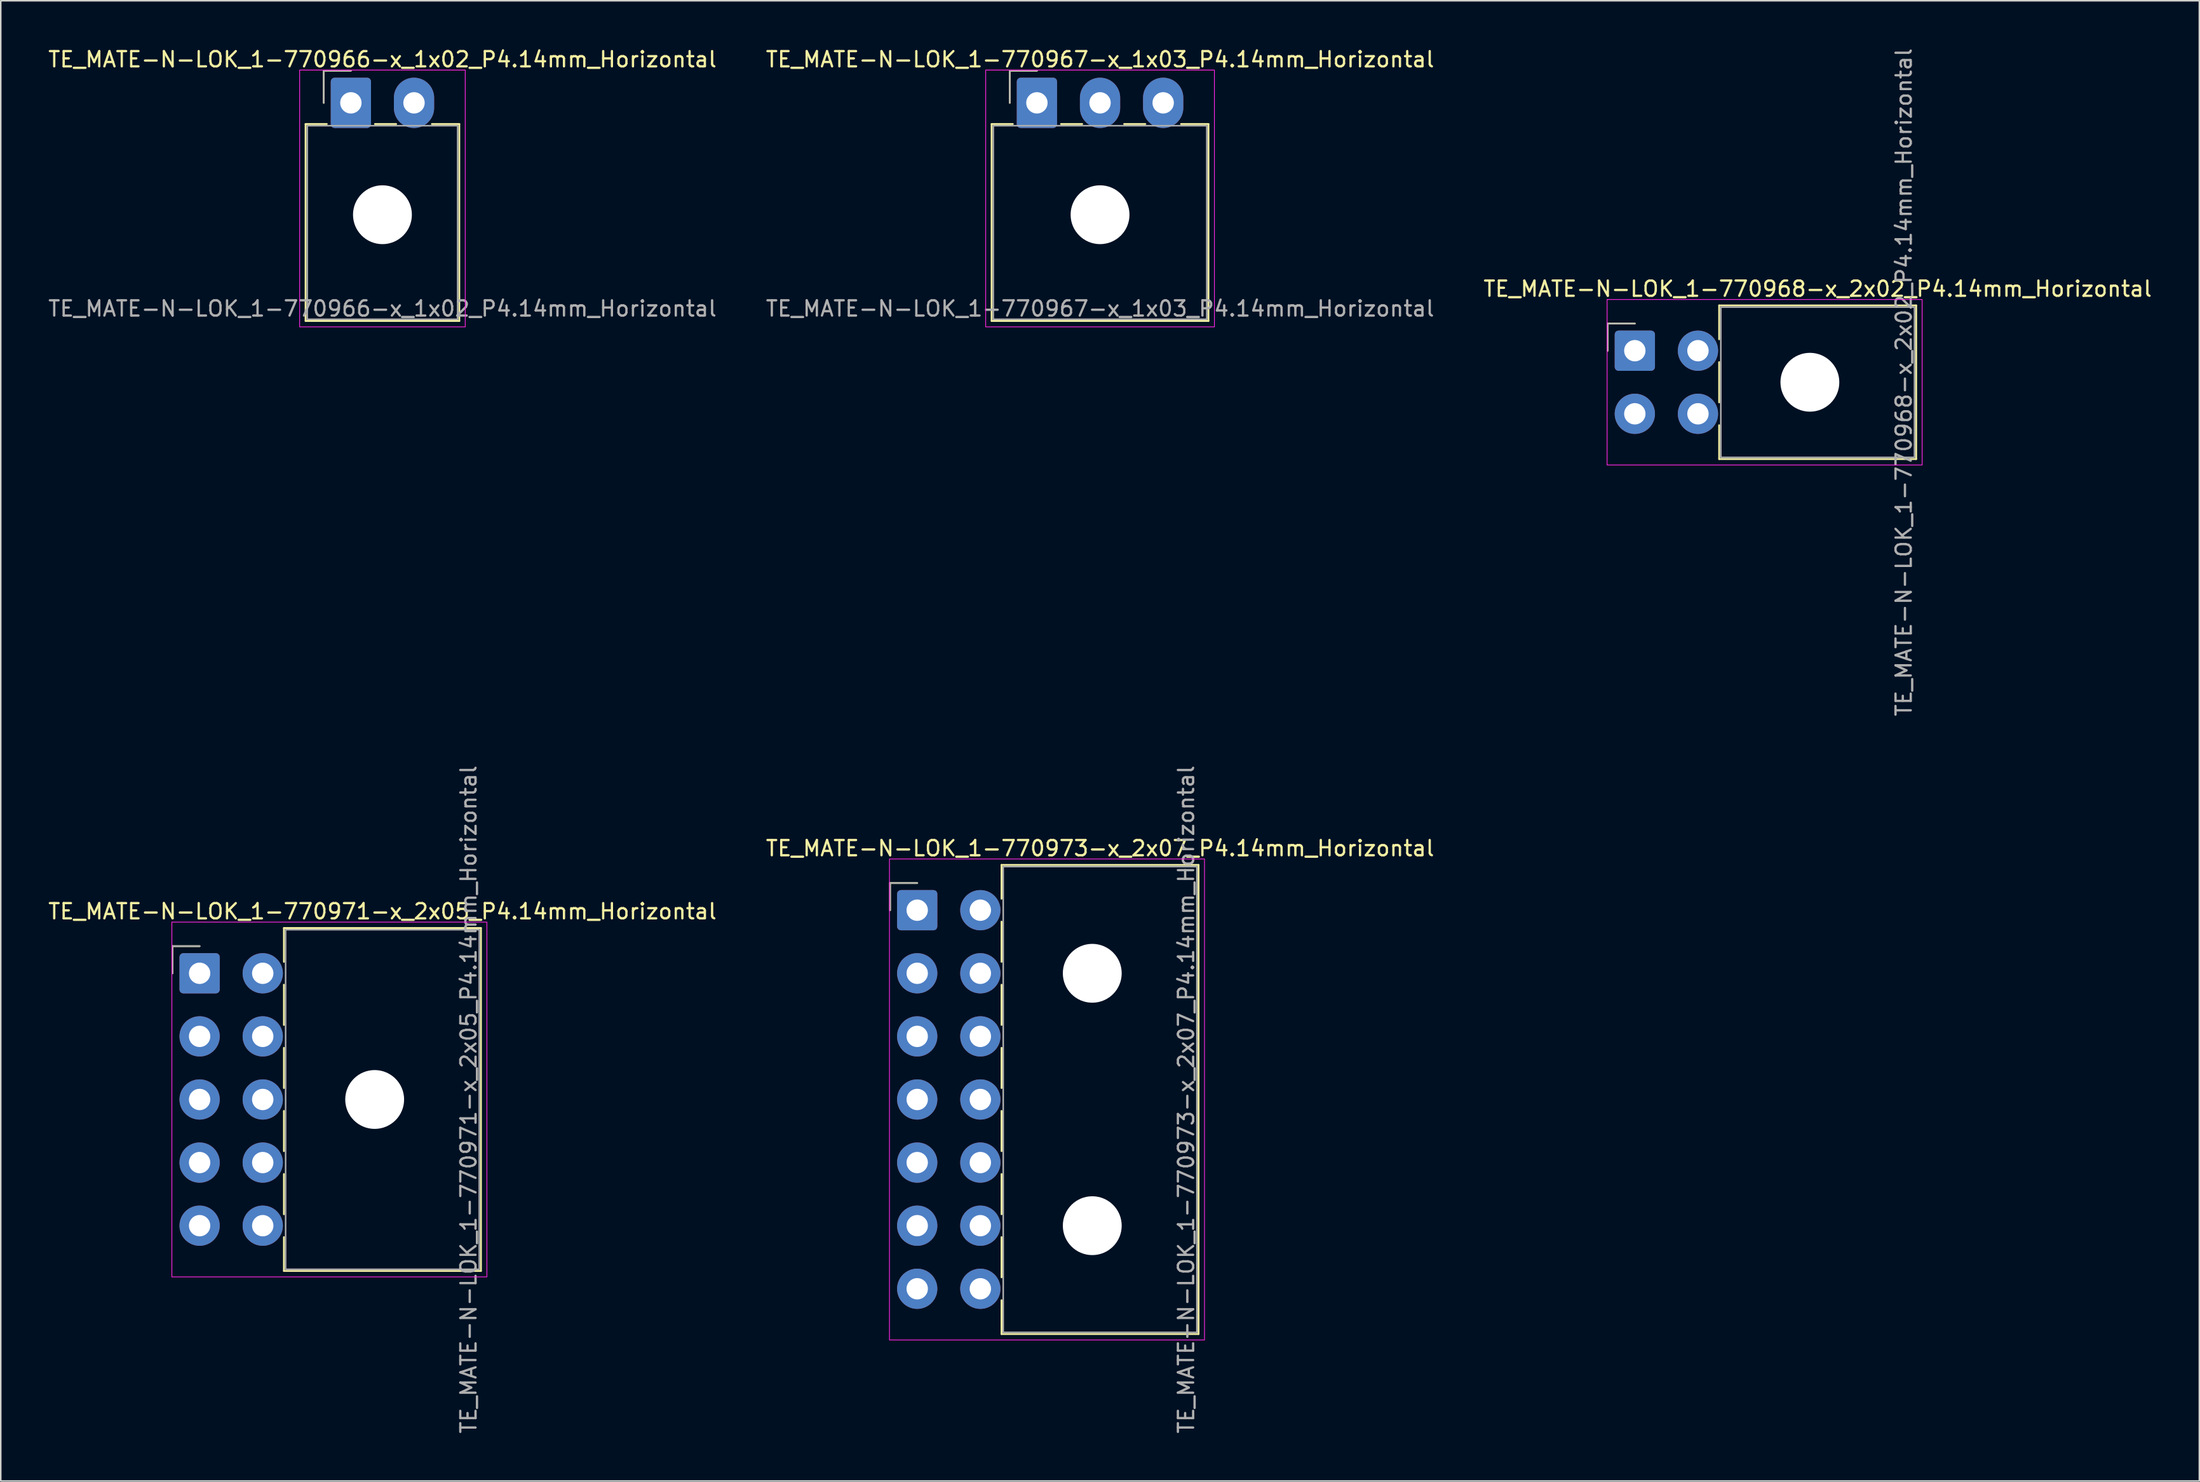
<source format=kicad_pcb>
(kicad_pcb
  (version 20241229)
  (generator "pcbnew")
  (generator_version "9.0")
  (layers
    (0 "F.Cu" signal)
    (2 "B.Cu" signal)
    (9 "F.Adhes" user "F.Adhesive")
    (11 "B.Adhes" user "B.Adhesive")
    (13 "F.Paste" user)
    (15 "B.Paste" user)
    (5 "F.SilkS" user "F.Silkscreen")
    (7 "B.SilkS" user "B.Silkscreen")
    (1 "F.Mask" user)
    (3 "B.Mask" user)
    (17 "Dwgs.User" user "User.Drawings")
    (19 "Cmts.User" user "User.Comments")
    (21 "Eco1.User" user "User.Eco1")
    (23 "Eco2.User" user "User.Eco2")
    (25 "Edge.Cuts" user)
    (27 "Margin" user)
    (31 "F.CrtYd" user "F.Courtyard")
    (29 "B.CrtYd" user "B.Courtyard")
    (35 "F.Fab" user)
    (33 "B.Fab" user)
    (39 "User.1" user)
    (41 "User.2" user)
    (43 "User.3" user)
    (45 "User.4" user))
  (footprint "TE_MATE-N-LOK_1-770966-x_1x02_P4.14mm_Horizontal"
    (layer "F.Cu")
    (at 19.96 3.698)
    (property "Reference" "TE_MATE-N-LOK_1-770966-x_1x02_P4.14mm_Horizontal" (at 2.07 -2.85 0) (layer "F.SilkS") (effects (font (size 1 1) (thickness 0.15))))
    (attr through_hole)
    (fp_line (start -2.97 1.39) (end -2.97 14.31) (stroke (width 0.12) (type solid)) (layer "F.SilkS"))
    (fp_line (start -2.97 14.31) (end 7.11 14.31) (stroke (width 0.12) (type solid)) (layer "F.SilkS"))
    (fp_line (start -1.78 -2.11) (end -1.78 0) (stroke (width 0.12) (type solid)) (layer "F.SilkS"))
    (fp_line (start -1.58 1.39) (end -2.97 1.39) (stroke (width 0.12) (type solid)) (layer "F.SilkS"))
    (fp_line (start 0 -2.11) (end -1.78 -2.11) (stroke (width 0.12) (type solid)) (layer "F.SilkS"))
    (fp_line (start 1.58 1.39) (end 2.968 1.39) (stroke (width 0.12) (type solid)) (layer "F.SilkS"))
    (fp_line (start 7.11 1.39) (end 5.312 1.39) (stroke (width 0.12) (type solid)) (layer "F.SilkS"))
    (fp_line (start 7.11 14.31) (end 7.11 1.39) (stroke (width 0.12) (type solid)) (layer "F.SilkS"))
    (fp_rect (start -3.36 -2.15) (end 7.5 14.7) (stroke (width 0.05) (type solid)) (fill no) (layer "F.CrtYd"))
    (fp_line (start -1.78 -2.11) (end -1.78 0) (stroke (width 0.1) (type solid)) (layer "F.Fab"))
    (fp_line (start 0 -2.11) (end -1.78 -2.11) (stroke (width 0.1) (type solid)) (layer "F.Fab"))
    (fp_rect (start -2.86 1.5) (end 7 14.2) (stroke (width 0.1) (type solid)) (fill no) (layer "F.Fab"))
    (fp_text user "${REFERENCE}" (at 2.07 13.5 0) (layer "F.Fab") (effects (font (size 1 1) (thickness 0.15))))
    (pad "" np_thru_hole circle (at 2.07 7.34) (size 3.86 3.86) (drill 3.86) (layers "*.Cu" "*.Mask"))
    (pad "1" thru_hole roundrect (at 0 0) (size 2.64 3.3) (drill 1.4) (layers "*.Cu" "*.Mask") (roundrect_rratio 0.095))
    (pad "2" thru_hole oval (at 4.14 0) (size 2.64 3.3) (drill 1.4) (layers "*.Cu" "*.Mask")))
  (footprint "TE_MATE-N-LOK_1-770973-x_2x07_P4.14mm_Horizontal"
    (layer "F.Cu")
    (at 57.099 56.669)
    (property "Reference" "TE_MATE-N-LOK_1-770973-x_2x07_P4.14mm_Horizontal" (at 11.99 -4.06 0) (layer "F.SilkS") (effects (font (size 1 1) (thickness 0.15))))
    (attr through_hole)
    (fp_line (start -1.78 -1.78) (end -1.78 0) (stroke (width 0.12) (type solid)) (layer "F.SilkS"))
    (fp_line (start 0 -1.78) (end -1.78 -1.78) (stroke (width 0.12) (type solid)) (layer "F.SilkS"))
    (fp_line (start 5.53 -2.97) (end 18.45 -2.97) (stroke (width 0.12) (type solid)) (layer "F.SilkS"))
    (fp_line (start 5.53 -0.751) (end 5.53 -2.97) (stroke (width 0.12) (type solid)) (layer "F.SilkS"))
    (fp_line (start 5.53 0.751) (end 5.53 3.389) (stroke (width 0.12) (type solid)) (layer "F.SilkS"))
    (fp_line (start 5.53 4.891) (end 5.53 7.529) (stroke (width 0.12) (type solid)) (layer "F.SilkS"))
    (fp_line (start 5.53 9.031) (end 5.53 11.669) (stroke (width 0.12) (type solid)) (layer "F.SilkS"))
    (fp_line (start 5.53 13.171) (end 5.53 15.809) (stroke (width 0.12) (type solid)) (layer "F.SilkS"))
    (fp_line (start 5.53 17.311) (end 5.53 19.949) (stroke (width 0.12) (type solid)) (layer "F.SilkS"))
    (fp_line (start 5.53 21.451) (end 5.53 24.089) (stroke (width 0.12) (type solid)) (layer "F.SilkS"))
    (fp_line (start 5.53 27.81) (end 5.53 25.591) (stroke (width 0.12) (type solid)) (layer "F.SilkS"))
    (fp_line (start 18.45 -2.97) (end 18.45 27.81) (stroke (width 0.12) (type solid)) (layer "F.SilkS"))
    (fp_line (start 18.45 27.81) (end 5.53 27.81) (stroke (width 0.12) (type solid)) (layer "F.SilkS"))
    (fp_rect (start -1.82 -3.36) (end 18.84 28.2) (stroke (width 0.05) (type solid)) (fill no) (layer "F.CrtYd"))
    (fp_line (start -1.78 -1.78) (end -1.78 0) (stroke (width 0.1) (type solid)) (layer "F.Fab"))
    (fp_line (start 0 -1.78) (end -1.78 -1.78) (stroke (width 0.1) (type solid)) (layer "F.Fab"))
    (fp_rect (start 5.64 -2.86) (end 18.34 27.7) (stroke (width 0.1) (type solid)) (fill no) (layer "F.Fab"))
    (fp_text user "${REFERENCE}" (at 17.64 12.42 90) (layer "F.Fab") (effects (font (size 1 1) (thickness 0.15))))
    (pad "" np_thru_hole circle (at 11.48 4.14) (size 3.86 3.86) (drill 3.86) (layers "*.Cu" "*.Mask"))
    (pad "" np_thru_hole circle (at 11.48 20.7) (size 3.86 3.86) (drill 3.86) (layers "*.Cu" "*.Mask"))
    (pad "1" thru_hole roundrect (at 0 0) (size 2.64 2.64) (drill 1.4) (layers "*.Cu" "*.Mask") (roundrect_rratio 0.095))
    (pad "2" thru_hole circle (at 0 4.14) (size 2.64 2.64) (drill 1.4) (layers "*.Cu" "*.Mask"))
    (pad "3" thru_hole circle (at 0 8.28) (size 2.64 2.64) (drill 1.4) (layers "*.Cu" "*.Mask"))
    (pad "4" thru_hole circle (at 0 12.42) (size 2.64 2.64) (drill 1.4) (layers "*.Cu" "*.Mask"))
    (pad "5" thru_hole circle (at 0 16.56) (size 2.64 2.64) (drill 1.4) (layers "*.Cu" "*.Mask"))
    (pad "6" thru_hole circle (at 0 20.7) (size 2.64 2.64) (drill 1.4) (layers "*.Cu" "*.Mask"))
    (pad "7" thru_hole circle (at 0 24.84) (size 2.64 2.64) (drill 1.4) (layers "*.Cu" "*.Mask"))
    (pad "8" thru_hole circle (at 4.14 0) (size 2.64 2.64) (drill 1.4) (layers "*.Cu" "*.Mask"))
    (pad "9" thru_hole circle (at 4.14 4.14) (size 2.64 2.64) (drill 1.4) (layers "*.Cu" "*.Mask"))
    (pad "10" thru_hole circle (at 4.14 8.28) (size 2.64 2.64) (drill 1.4) (layers "*.Cu" "*.Mask"))
    (pad "11" thru_hole circle (at 4.14 12.42) (size 2.64 2.64) (drill 1.4) (layers "*.Cu" "*.Mask"))
    (pad "12" thru_hole circle (at 4.14 16.56) (size 2.64 2.64) (drill 1.4) (layers "*.Cu" "*.Mask"))
    (pad "13" thru_hole circle (at 4.14 20.7) (size 2.64 2.64) (drill 1.4) (layers "*.Cu" "*.Mask"))
    (pad "14" thru_hole circle (at 4.14 24.84) (size 2.64 2.64) (drill 1.4) (layers "*.Cu" "*.Mask")))
  (footprint "TE_MATE-N-LOK_1-770968-x_2x02_P4.14mm_Horizontal"
    (layer "F.Cu")
    (at 104.159 19.96)
    (property "Reference" "TE_MATE-N-LOK_1-770968-x_2x02_P4.14mm_Horizontal" (at 11.99 -4.06 0) (layer "F.SilkS") (effects (font (size 1 1) (thickness 0.15))))
    (attr through_hole)
    (fp_line (start -1.78 -1.78) (end -1.78 0) (stroke (width 0.12) (type solid)) (layer "F.SilkS"))
    (fp_line (start 0 -1.78) (end -1.78 -1.78) (stroke (width 0.12) (type solid)) (layer "F.SilkS"))
    (fp_line (start 5.53 -2.97) (end 18.45 -2.97) (stroke (width 0.12) (type solid)) (layer "F.SilkS"))
    (fp_line (start 5.53 -0.751) (end 5.53 -2.97) (stroke (width 0.12) (type solid)) (layer "F.SilkS"))
    (fp_line (start 5.53 0.751) (end 5.53 3.389) (stroke (width 0.12) (type solid)) (layer "F.SilkS"))
    (fp_line (start 5.53 7.11) (end 5.53 4.891) (stroke (width 0.12) (type solid)) (layer "F.SilkS"))
    (fp_line (start 18.45 -2.97) (end 18.45 7.11) (stroke (width 0.12) (type solid)) (layer "F.SilkS"))
    (fp_line (start 18.45 7.11) (end 5.53 7.11) (stroke (width 0.12) (type solid)) (layer "F.SilkS"))
    (fp_rect (start -1.82 -3.36) (end 18.84 7.5) (stroke (width 0.05) (type solid)) (fill no) (layer "F.CrtYd"))
    (fp_line (start -1.78 -1.78) (end -1.78 0) (stroke (width 0.1) (type solid)) (layer "F.Fab"))
    (fp_line (start 0 -1.78) (end -1.78 -1.78) (stroke (width 0.1) (type solid)) (layer "F.Fab"))
    (fp_rect (start 5.64 -2.86) (end 18.34 7) (stroke (width 0.1) (type solid)) (fill no) (layer "F.Fab"))
    (fp_text user "${REFERENCE}" (at 17.64 2.07 90) (layer "F.Fab") (effects (font (size 1 1) (thickness 0.15))))
    (pad "" np_thru_hole circle (at 11.48 2.07) (size 3.86 3.86) (drill 3.86) (layers "*.Cu" "*.Mask"))
    (pad "1" thru_hole roundrect (at 0 0) (size 2.64 2.64) (drill 1.4) (layers "*.Cu" "*.Mask") (roundrect_rratio 0.095))
    (pad "2" thru_hole circle (at 0 4.14) (size 2.64 2.64) (drill 1.4) (layers "*.Cu" "*.Mask"))
    (pad "3" thru_hole circle (at 4.14 0) (size 2.64 2.64) (drill 1.4) (layers "*.Cu" "*.Mask"))
    (pad "4" thru_hole circle (at 4.14 4.14) (size 2.64 2.64) (drill 1.4) (layers "*.Cu" "*.Mask")))
  (footprint "TE_MATE-N-LOK_1-770967-x_1x03_P4.14mm_Horizontal"
    (layer "F.Cu")
    (at 64.949 3.698)
    (property "Reference" "TE_MATE-N-LOK_1-770967-x_1x03_P4.14mm_Horizontal" (at 4.14 -2.85 0) (layer "F.SilkS") (effects (font (size 1 1) (thickness 0.15))))
    (attr through_hole)
    (fp_line (start -2.97 1.39) (end -2.97 14.31) (stroke (width 0.12) (type solid)) (layer "F.SilkS"))
    (fp_line (start -2.97 14.31) (end 11.25 14.31) (stroke (width 0.12) (type solid)) (layer "F.SilkS"))
    (fp_line (start -1.78 -2.11) (end -1.78 0) (stroke (width 0.12) (type solid)) (layer "F.SilkS"))
    (fp_line (start -1.58 1.39) (end -2.97 1.39) (stroke (width 0.12) (type solid)) (layer "F.SilkS"))
    (fp_line (start 0 -2.11) (end -1.78 -2.11) (stroke (width 0.12) (type solid)) (layer "F.SilkS"))
    (fp_line (start 1.58 1.39) (end 2.968 1.39) (stroke (width 0.12) (type solid)) (layer "F.SilkS"))
    (fp_line (start 5.72 1.39) (end 7.108 1.39) (stroke (width 0.12) (type solid)) (layer "F.SilkS"))
    (fp_line (start 11.25 1.39) (end 9.452 1.39) (stroke (width 0.12) (type solid)) (layer "F.SilkS"))
    (fp_line (start 11.25 14.31) (end 11.25 1.39) (stroke (width 0.12) (type solid)) (layer "F.SilkS"))
    (fp_rect (start -3.36 -2.15) (end 11.64 14.7) (stroke (width 0.05) (type solid)) (fill no) (layer "F.CrtYd"))
    (fp_line (start -1.78 -2.11) (end -1.78 0) (stroke (width 0.1) (type solid)) (layer "F.Fab"))
    (fp_line (start 0 -2.11) (end -1.78 -2.11) (stroke (width 0.1) (type solid)) (layer "F.Fab"))
    (fp_rect (start -2.86 1.5) (end 11.14 14.2) (stroke (width 0.1) (type solid)) (fill no) (layer "F.Fab"))
    (fp_text user "${REFERENCE}" (at 4.14 13.5 0) (layer "F.Fab") (effects (font (size 1 1) (thickness 0.15))))
    (pad "" np_thru_hole circle (at 4.14 7.34) (size 3.86 3.86) (drill 3.86) (layers "*.Cu" "*.Mask"))
    (pad "1" thru_hole roundrect (at 0 0) (size 2.64 3.3) (drill 1.4) (layers "*.Cu" "*.Mask") (roundrect_rratio 0.095))
    (pad "2" thru_hole oval (at 4.14 0) (size 2.64 3.3) (drill 1.4) (layers "*.Cu" "*.Mask"))
    (pad "3" thru_hole oval (at 8.28 0) (size 2.64 3.3) (drill 1.4) (layers "*.Cu" "*.Mask")))
  (footprint "TE_MATE-N-LOK_1-770971-x_2x05_P4.14mm_Horizontal"
    (layer "F.Cu")
    (at 10.04 60.809)
    (property "Reference" "TE_MATE-N-LOK_1-770971-x_2x05_P4.14mm_Horizontal" (at 11.99 -4.06 0) (layer "F.SilkS") (effects (font (size 1 1) (thickness 0.15))))
    (attr through_hole)
    (fp_line (start -1.78 -1.78) (end -1.78 0) (stroke (width 0.12) (type solid)) (layer "F.SilkS"))
    (fp_line (start 0 -1.78) (end -1.78 -1.78) (stroke (width 0.12) (type solid)) (layer "F.SilkS"))
    (fp_line (start 5.53 -2.97) (end 18.45 -2.97) (stroke (width 0.12) (type solid)) (layer "F.SilkS"))
    (fp_line (start 5.53 -0.751) (end 5.53 -2.97) (stroke (width 0.12) (type solid)) (layer "F.SilkS"))
    (fp_line (start 5.53 0.751) (end 5.53 3.389) (stroke (width 0.12) (type solid)) (layer "F.SilkS"))
    (fp_line (start 5.53 4.891) (end 5.53 7.529) (stroke (width 0.12) (type solid)) (layer "F.SilkS"))
    (fp_line (start 5.53 9.031) (end 5.53 11.669) (stroke (width 0.12) (type solid)) (layer "F.SilkS"))
    (fp_line (start 5.53 13.171) (end 5.53 15.809) (stroke (width 0.12) (type solid)) (layer "F.SilkS"))
    (fp_line (start 5.53 19.53) (end 5.53 17.311) (stroke (width 0.12) (type solid)) (layer "F.SilkS"))
    (fp_line (start 18.45 -2.97) (end 18.45 19.53) (stroke (width 0.12) (type solid)) (layer "F.SilkS"))
    (fp_line (start 18.45 19.53) (end 5.53 19.53) (stroke (width 0.12) (type solid)) (layer "F.SilkS"))
    (fp_rect (start -1.82 -3.36) (end 18.84 19.92) (stroke (width 0.05) (type solid)) (fill no) (layer "F.CrtYd"))
    (fp_line (start -1.78 -1.78) (end -1.78 0) (stroke (width 0.1) (type solid)) (layer "F.Fab"))
    (fp_line (start 0 -1.78) (end -1.78 -1.78) (stroke (width 0.1) (type solid)) (layer "F.Fab"))
    (fp_rect (start 5.64 -2.86) (end 18.34 19.42) (stroke (width 0.1) (type solid)) (fill no) (layer "F.Fab"))
    (fp_text user "${REFERENCE}" (at 17.64 8.28 90) (layer "F.Fab") (effects (font (size 1 1) (thickness 0.15))))
    (pad "" np_thru_hole circle (at 11.48 8.28) (size 3.86 3.86) (drill 3.86) (layers "*.Cu" "*.Mask"))
    (pad "1" thru_hole roundrect (at 0 0) (size 2.64 2.64) (drill 1.4) (layers "*.Cu" "*.Mask") (roundrect_rratio 0.095))
    (pad "2" thru_hole circle (at 0 4.14) (size 2.64 2.64) (drill 1.4) (layers "*.Cu" "*.Mask"))
    (pad "3" thru_hole circle (at 0 8.28) (size 2.64 2.64) (drill 1.4) (layers "*.Cu" "*.Mask"))
    (pad "4" thru_hole circle (at 0 12.42) (size 2.64 2.64) (drill 1.4) (layers "*.Cu" "*.Mask"))
    (pad "5" thru_hole circle (at 0 16.56) (size 2.64 2.64) (drill 1.4) (layers "*.Cu" "*.Mask"))
    (pad "6" thru_hole circle (at 4.14 0) (size 2.64 2.64) (drill 1.4) (layers "*.Cu" "*.Mask"))
    (pad "7" thru_hole circle (at 4.14 4.14) (size 2.64 2.64) (drill 1.4) (layers "*.Cu" "*.Mask"))
    (pad "8" thru_hole circle (at 4.14 8.28) (size 2.64 2.64) (drill 1.4) (layers "*.Cu" "*.Mask"))
    (pad "9" thru_hole circle (at 4.14 12.42) (size 2.64 2.64) (drill 1.4) (layers "*.Cu" "*.Mask"))
    (pad "10" thru_hole circle (at 4.14 16.56) (size 2.64 2.64) (drill 1.4) (layers "*.Cu" "*.Mask")))
  (gr_rect
    (start -3 -3)
    (end 141.179 94.119)
    (stroke (width 0.1) (type default))
    (fill no)
    (layer "Edge.Cuts")))
</source>
